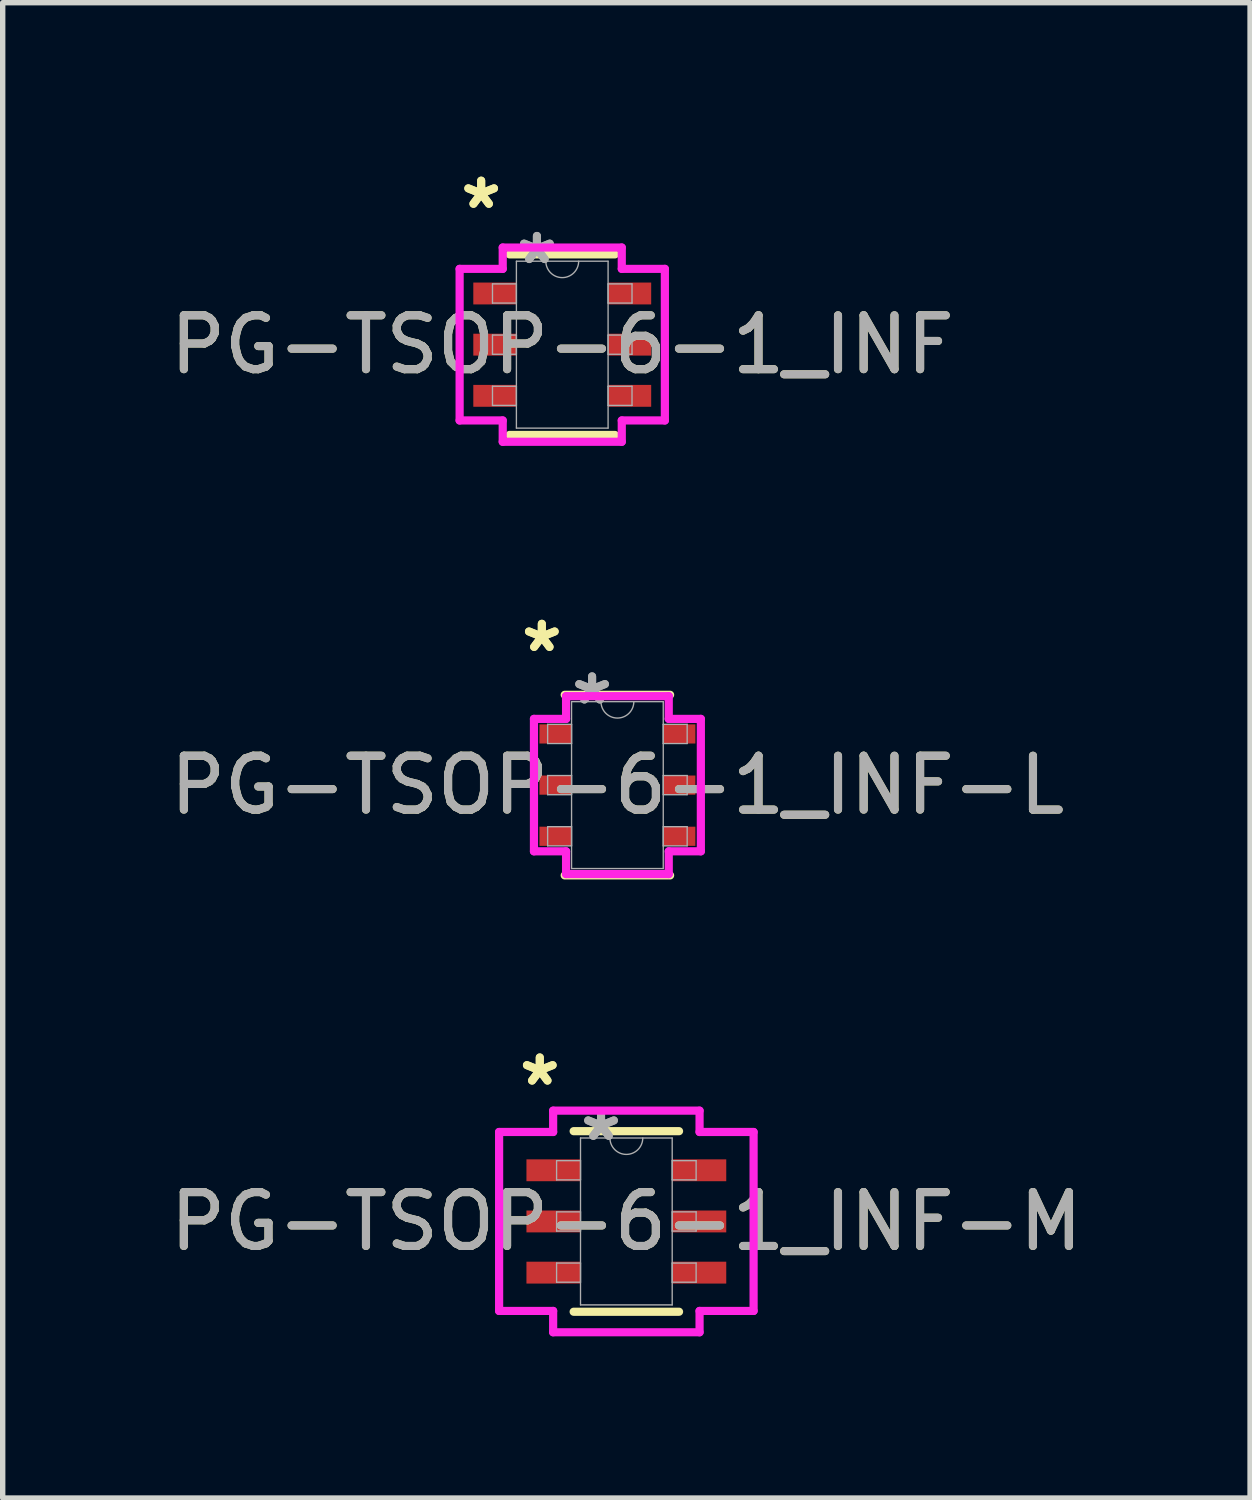
<source format=kicad_pcb>
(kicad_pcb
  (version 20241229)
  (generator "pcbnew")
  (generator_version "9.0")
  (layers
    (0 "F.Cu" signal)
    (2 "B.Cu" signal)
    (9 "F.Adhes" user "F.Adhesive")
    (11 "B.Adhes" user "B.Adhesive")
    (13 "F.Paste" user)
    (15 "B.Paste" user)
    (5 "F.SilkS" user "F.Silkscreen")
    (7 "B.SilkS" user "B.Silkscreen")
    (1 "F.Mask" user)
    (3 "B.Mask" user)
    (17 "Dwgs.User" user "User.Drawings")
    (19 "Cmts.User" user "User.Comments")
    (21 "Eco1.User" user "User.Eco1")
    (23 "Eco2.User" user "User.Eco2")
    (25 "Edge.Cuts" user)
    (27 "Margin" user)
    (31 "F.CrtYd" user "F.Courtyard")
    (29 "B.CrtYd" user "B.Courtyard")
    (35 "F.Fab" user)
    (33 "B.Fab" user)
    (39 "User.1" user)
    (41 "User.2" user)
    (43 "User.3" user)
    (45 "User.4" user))
  (footprint "PG-TSOP-6-1_INF"
    (layer "F.Cu")
    (at 7.387 3.348)
    (property "Reference" "PG-TSOP-6-1_INF" (at 0 0 0) (unlocked yes) (layer "F.SilkS") (effects (font (size 1 1) (thickness 0.15))))
    (attr smd)
    (fp_line (start -0.978 1.676) (end 0.978 1.676) (stroke (width 0.152) (type solid)) (layer "F.SilkS"))
    (fp_line (start 0.978 -1.676) (end -0.978 -1.676) (stroke (width 0.152) (type solid)) (layer "F.SilkS"))
    (fp_line (start -1.905 -1.407) (end -1.105 -1.407) (stroke (width 0.152) (type solid)) (layer "F.CrtYd"))
    (fp_line (start -1.905 1.407) (end -1.905 -1.407) (stroke (width 0.152) (type solid)) (layer "F.CrtYd"))
    (fp_line (start -1.905 1.407) (end -1.105 1.407) (stroke (width 0.152) (type solid)) (layer "F.CrtYd"))
    (fp_line (start -1.105 -1.803) (end 1.105 -1.803) (stroke (width 0.152) (type solid)) (layer "F.CrtYd"))
    (fp_line (start -1.105 -1.407) (end -1.105 -1.803) (stroke (width 0.152) (type solid)) (layer "F.CrtYd"))
    (fp_line (start -1.105 1.803) (end -1.105 1.407) (stroke (width 0.152) (type solid)) (layer "F.CrtYd"))
    (fp_line (start 1.105 -1.803) (end 1.105 -1.407) (stroke (width 0.152) (type solid)) (layer "F.CrtYd"))
    (fp_line (start 1.105 1.407) (end 1.105 1.803) (stroke (width 0.152) (type solid)) (layer "F.CrtYd"))
    (fp_line (start 1.105 1.803) (end -1.105 1.803) (stroke (width 0.152) (type solid)) (layer "F.CrtYd"))
    (fp_line (start 1.905 -1.407) (end 1.105 -1.407) (stroke (width 0.152) (type solid)) (layer "F.CrtYd"))
    (fp_line (start 1.905 -1.407) (end 1.905 1.407) (stroke (width 0.152) (type solid)) (layer "F.CrtYd"))
    (fp_line (start 1.905 1.407) (end 1.105 1.407) (stroke (width 0.152) (type solid)) (layer "F.CrtYd"))
    (fp_line (start -1.295 -1.128) (end -1.295 -0.772) (stroke (width 0.025) (type solid)) (layer "F.Fab"))
    (fp_line (start -1.295 -0.772) (end -0.851 -0.772) (stroke (width 0.025) (type solid)) (layer "F.Fab"))
    (fp_line (start -1.295 -0.178) (end -1.295 0.178) (stroke (width 0.025) (type solid)) (layer "F.Fab"))
    (fp_line (start -1.295 0.178) (end -0.851 0.178) (stroke (width 0.025) (type solid)) (layer "F.Fab"))
    (fp_line (start -1.295 0.772) (end -1.295 1.128) (stroke (width 0.025) (type solid)) (layer "F.Fab"))
    (fp_line (start -1.295 1.128) (end -0.851 1.128) (stroke (width 0.025) (type solid)) (layer "F.Fab"))
    (fp_line (start -0.851 -1.549) (end -0.851 1.549) (stroke (width 0.025) (type solid)) (layer "F.Fab"))
    (fp_line (start -0.851 -1.128) (end -1.295 -1.128) (stroke (width 0.025) (type solid)) (layer "F.Fab"))
    (fp_line (start -0.851 -0.772) (end -0.851 -1.128) (stroke (width 0.025) (type solid)) (layer "F.Fab"))
    (fp_line (start -0.851 -0.178) (end -1.295 -0.178) (stroke (width 0.025) (type solid)) (layer "F.Fab"))
    (fp_line (start -0.851 0.178) (end -0.851 -0.178) (stroke (width 0.025) (type solid)) (layer "F.Fab"))
    (fp_line (start -0.851 0.772) (end -1.295 0.772) (stroke (width 0.025) (type solid)) (layer "F.Fab"))
    (fp_line (start -0.851 1.128) (end -0.851 0.772) (stroke (width 0.025) (type solid)) (layer "F.Fab"))
    (fp_line (start -0.851 1.549) (end 0.851 1.549) (stroke (width 0.025) (type solid)) (layer "F.Fab"))
    (fp_line (start 0.851 -1.549) (end -0.851 -1.549) (stroke (width 0.025) (type solid)) (layer "F.Fab"))
    (fp_line (start 0.851 -1.128) (end 0.851 -0.772) (stroke (width 0.025) (type solid)) (layer "F.Fab"))
    (fp_line (start 0.851 -0.772) (end 1.295 -0.772) (stroke (width 0.025) (type solid)) (layer "F.Fab"))
    (fp_line (start 0.851 -0.178) (end 0.851 0.178) (stroke (width 0.025) (type solid)) (layer "F.Fab"))
    (fp_line (start 0.851 0.178) (end 1.295 0.178) (stroke (width 0.025) (type solid)) (layer "F.Fab"))
    (fp_line (start 0.851 0.772) (end 0.851 1.128) (stroke (width 0.025) (type solid)) (layer "F.Fab"))
    (fp_line (start 0.851 1.128) (end 1.295 1.128) (stroke (width 0.025) (type solid)) (layer "F.Fab"))
    (fp_line (start 0.851 1.549) (end 0.851 -1.549) (stroke (width 0.025) (type solid)) (layer "F.Fab"))
    (fp_line (start 1.295 -1.128) (end 0.851 -1.128) (stroke (width 0.025) (type solid)) (layer "F.Fab"))
    (fp_line (start 1.295 -0.772) (end 1.295 -1.128) (stroke (width 0.025) (type solid)) (layer "F.Fab"))
    (fp_line (start 1.295 -0.178) (end 0.851 -0.178) (stroke (width 0.025) (type solid)) (layer "F.Fab"))
    (fp_line (start 1.295 0.178) (end 1.295 -0.178) (stroke (width 0.025) (type solid)) (layer "F.Fab"))
    (fp_line (start 1.295 0.772) (end 0.851 0.772) (stroke (width 0.025) (type solid)) (layer "F.Fab"))
    (fp_line (start 1.295 1.128) (end 1.295 0.772) (stroke (width 0.025) (type solid)) (layer "F.Fab"))
    (fp_arc (start 0.3048 -1.5494) (mid 0 -1.2446) (end -0.3048 -1.5494) (stroke (width 0.0254) (type solid)) (layer "F.Fab"))
    (fp_text user "*" (at -1.505 -2.499 0) (unlocked yes) (layer "F.SilkS") (effects (font (size 1 1) (thickness 0.15))))
    (fp_text user "*" (at -1.505 -2.499 0) (layer "F.SilkS") (effects (font (size 1 1) (thickness 0.15))))
    (fp_text user "*" (at -0.47 -1.473 0) (layer "F.Fab") (effects (font (size 1 1) (thickness 0.15))))
    (fp_text user "*" (at -0.47 -1.473 0) (unlocked yes) (layer "F.Fab") (effects (font (size 1 1) (thickness 0.15))))
    (fp_text user "${REFERENCE}" (at 0 0 0) (unlocked yes) (layer "F.Fab") (effects (font (size 1 1) (thickness 0.15))))
    (pad "1" smd rect (at -1.251 -0.95) (size 0.8 0.406) (layers "F.Cu" "F.Mask" "F.Paste"))
    (pad "2" smd rect (at -1.251 0) (size 0.8 0.406) (layers "F.Cu" "F.Mask" "F.Paste"))
    (pad "3" smd rect (at -1.251 0.95) (size 0.8 0.406) (layers "F.Cu" "F.Mask" "F.Paste"))
    (pad "4" smd rect (at 1.251 0.95) (size 0.8 0.406) (layers "F.Cu" "F.Mask" "F.Paste"))
    (pad "5" smd rect (at 1.251 0) (size 0.8 0.406) (layers "F.Cu" "F.Mask" "F.Paste"))
    (pad "6" smd rect (at 1.251 -0.95) (size 0.8 0.406) (layers "F.Cu" "F.Mask" "F.Paste")))
  (footprint "PG-TSOP-6-1_INF-L"
    (layer "F.Cu")
    (at 8.411 11.524)
    (property "Reference" "PG-TSOP-6-1_INF-L" (at 0 0 0) (unlocked yes) (layer "F.SilkS") (effects (font (size 1 1) (thickness 0.15))))
    (attr smd)
    (fp_line (start -0.978 1.676) (end 0.978 1.676) (stroke (width 0.152) (type solid)) (layer "F.SilkS"))
    (fp_line (start 0.978 -1.676) (end -0.978 -1.676) (stroke (width 0.152) (type solid)) (layer "F.SilkS"))
    (fp_line (start -1.549 -1.229) (end -0.953 -1.229) (stroke (width 0.152) (type solid)) (layer "F.CrtYd"))
    (fp_line (start -1.549 1.229) (end -1.549 -1.229) (stroke (width 0.152) (type solid)) (layer "F.CrtYd"))
    (fp_line (start -1.549 1.229) (end -0.953 1.229) (stroke (width 0.152) (type solid)) (layer "F.CrtYd"))
    (fp_line (start -0.953 -1.651) (end 0.953 -1.651) (stroke (width 0.152) (type solid)) (layer "F.CrtYd"))
    (fp_line (start -0.953 -1.229) (end -0.953 -1.651) (stroke (width 0.152) (type solid)) (layer "F.CrtYd"))
    (fp_line (start -0.953 1.651) (end -0.953 1.229) (stroke (width 0.152) (type solid)) (layer "F.CrtYd"))
    (fp_line (start 0.953 -1.651) (end 0.953 -1.229) (stroke (width 0.152) (type solid)) (layer "F.CrtYd"))
    (fp_line (start 0.953 1.229) (end 0.953 1.651) (stroke (width 0.152) (type solid)) (layer "F.CrtYd"))
    (fp_line (start 0.953 1.651) (end -0.953 1.651) (stroke (width 0.152) (type solid)) (layer "F.CrtYd"))
    (fp_line (start 1.549 -1.229) (end 0.953 -1.229) (stroke (width 0.152) (type solid)) (layer "F.CrtYd"))
    (fp_line (start 1.549 -1.229) (end 1.549 1.229) (stroke (width 0.152) (type solid)) (layer "F.CrtYd"))
    (fp_line (start 1.549 1.229) (end 0.953 1.229) (stroke (width 0.152) (type solid)) (layer "F.CrtYd"))
    (fp_line (start -1.295 -1.128) (end -1.295 -0.772) (stroke (width 0.025) (type solid)) (layer "F.Fab"))
    (fp_line (start -1.295 -0.772) (end -0.851 -0.772) (stroke (width 0.025) (type solid)) (layer "F.Fab"))
    (fp_line (start -1.295 -0.178) (end -1.295 0.178) (stroke (width 0.025) (type solid)) (layer "F.Fab"))
    (fp_line (start -1.295 0.178) (end -0.851 0.178) (stroke (width 0.025) (type solid)) (layer "F.Fab"))
    (fp_line (start -1.295 0.772) (end -1.295 1.128) (stroke (width 0.025) (type solid)) (layer "F.Fab"))
    (fp_line (start -1.295 1.128) (end -0.851 1.128) (stroke (width 0.025) (type solid)) (layer "F.Fab"))
    (fp_line (start -0.851 -1.549) (end -0.851 1.549) (stroke (width 0.025) (type solid)) (layer "F.Fab"))
    (fp_line (start -0.851 -1.128) (end -1.295 -1.128) (stroke (width 0.025) (type solid)) (layer "F.Fab"))
    (fp_line (start -0.851 -0.772) (end -0.851 -1.128) (stroke (width 0.025) (type solid)) (layer "F.Fab"))
    (fp_line (start -0.851 -0.178) (end -1.295 -0.178) (stroke (width 0.025) (type solid)) (layer "F.Fab"))
    (fp_line (start -0.851 0.178) (end -0.851 -0.178) (stroke (width 0.025) (type solid)) (layer "F.Fab"))
    (fp_line (start -0.851 0.772) (end -1.295 0.772) (stroke (width 0.025) (type solid)) (layer "F.Fab"))
    (fp_line (start -0.851 1.128) (end -0.851 0.772) (stroke (width 0.025) (type solid)) (layer "F.Fab"))
    (fp_line (start -0.851 1.549) (end 0.851 1.549) (stroke (width 0.025) (type solid)) (layer "F.Fab"))
    (fp_line (start 0.851 -1.549) (end -0.851 -1.549) (stroke (width 0.025) (type solid)) (layer "F.Fab"))
    (fp_line (start 0.851 -1.128) (end 0.851 -0.772) (stroke (width 0.025) (type solid)) (layer "F.Fab"))
    (fp_line (start 0.851 -0.772) (end 1.295 -0.772) (stroke (width 0.025) (type solid)) (layer "F.Fab"))
    (fp_line (start 0.851 -0.178) (end 0.851 0.178) (stroke (width 0.025) (type solid)) (layer "F.Fab"))
    (fp_line (start 0.851 0.178) (end 1.295 0.178) (stroke (width 0.025) (type solid)) (layer "F.Fab"))
    (fp_line (start 0.851 0.772) (end 0.851 1.128) (stroke (width 0.025) (type solid)) (layer "F.Fab"))
    (fp_line (start 0.851 1.128) (end 1.295 1.128) (stroke (width 0.025) (type solid)) (layer "F.Fab"))
    (fp_line (start 0.851 1.549) (end 0.851 -1.549) (stroke (width 0.025) (type solid)) (layer "F.Fab"))
    (fp_line (start 1.295 -1.128) (end 0.851 -1.128) (stroke (width 0.025) (type solid)) (layer "F.Fab"))
    (fp_line (start 1.295 -0.772) (end 1.295 -1.128) (stroke (width 0.025) (type solid)) (layer "F.Fab"))
    (fp_line (start 1.295 -0.178) (end 0.851 -0.178) (stroke (width 0.025) (type solid)) (layer "F.Fab"))
    (fp_line (start 1.295 0.178) (end 1.295 -0.178) (stroke (width 0.025) (type solid)) (layer "F.Fab"))
    (fp_line (start 1.295 0.772) (end 0.851 0.772) (stroke (width 0.025) (type solid)) (layer "F.Fab"))
    (fp_line (start 1.295 1.128) (end 1.295 0.772) (stroke (width 0.025) (type solid)) (layer "F.Fab"))
    (fp_arc (start 0.3048 -1.5494) (mid 0 -1.2446) (end -0.3048 -1.5494) (stroke (width 0.0254) (type solid)) (layer "F.Fab"))
    (fp_text user "*" (at -1.403 -2.449 0) (layer "F.SilkS") (effects (font (size 1 1) (thickness 0.15))))
    (fp_text user "*" (at -1.403 -2.449 0) (unlocked yes) (layer "F.SilkS") (effects (font (size 1 1) (thickness 0.15))))
    (fp_text user "*" (at -0.47 -1.473 0) (layer "F.Fab") (effects (font (size 1 1) (thickness 0.15))))
    (fp_text user "${REFERENCE}" (at 0 0 0) (unlocked yes) (layer "F.Fab") (effects (font (size 1 1) (thickness 0.15))))
    (fp_text user "*" (at -0.47 -1.473 0) (unlocked yes) (layer "F.Fab") (effects (font (size 1 1) (thickness 0.15))))
    (pad "1" smd rect (at -1.149 -0.95) (size 0.597 0.356) (layers "F.Cu" "F.Mask" "F.Paste"))
    (pad "2" smd rect (at -1.149 0) (size 0.597 0.356) (layers "F.Cu" "F.Mask" "F.Paste"))
    (pad "3" smd rect (at -1.149 0.95) (size 0.597 0.356) (layers "F.Cu" "F.Mask" "F.Paste"))
    (pad "4" smd rect (at 1.149 0.95) (size 0.597 0.356) (layers "F.Cu" "F.Mask" "F.Paste"))
    (pad "5" smd rect (at 1.149 0) (size 0.597 0.356) (layers "F.Cu" "F.Mask" "F.Paste"))
    (pad "6" smd rect (at 1.149 -0.95) (size 0.597 0.356) (layers "F.Cu" "F.Mask" "F.Paste")))
  (footprint "PG-TSOP-6-1_INF-M"
    (layer "F.Cu")
    (at 8.577 19.624)
    (property "Reference" "PG-TSOP-6-1_INF-M" (at 0 0 0) (unlocked yes) (layer "F.SilkS") (effects (font (size 1 1) (thickness 0.15))))
    (attr smd)
    (fp_line (start -0.978 1.676) (end 0.978 1.676) (stroke (width 0.152) (type solid)) (layer "F.SilkS"))
    (fp_line (start 0.978 -1.676) (end -0.978 -1.676) (stroke (width 0.152) (type solid)) (layer "F.SilkS"))
    (fp_line (start -2.362 -1.661) (end -1.359 -1.661) (stroke (width 0.152) (type solid)) (layer "F.CrtYd"))
    (fp_line (start -2.362 1.661) (end -2.362 -1.661) (stroke (width 0.152) (type solid)) (layer "F.CrtYd"))
    (fp_line (start -2.362 1.661) (end -1.359 1.661) (stroke (width 0.152) (type solid)) (layer "F.CrtYd"))
    (fp_line (start -1.359 -2.057) (end 1.359 -2.057) (stroke (width 0.152) (type solid)) (layer "F.CrtYd"))
    (fp_line (start -1.359 -1.661) (end -1.359 -2.057) (stroke (width 0.152) (type solid)) (layer "F.CrtYd"))
    (fp_line (start -1.359 2.057) (end -1.359 1.661) (stroke (width 0.152) (type solid)) (layer "F.CrtYd"))
    (fp_line (start 1.359 -2.057) (end 1.359 -1.661) (stroke (width 0.152) (type solid)) (layer "F.CrtYd"))
    (fp_line (start 1.359 1.661) (end 1.359 2.057) (stroke (width 0.152) (type solid)) (layer "F.CrtYd"))
    (fp_line (start 1.359 2.057) (end -1.359 2.057) (stroke (width 0.152) (type solid)) (layer "F.CrtYd"))
    (fp_line (start 2.362 -1.661) (end 1.359 -1.661) (stroke (width 0.152) (type solid)) (layer "F.CrtYd"))
    (fp_line (start 2.362 -1.661) (end 2.362 1.661) (stroke (width 0.152) (type solid)) (layer "F.CrtYd"))
    (fp_line (start 2.362 1.661) (end 1.359 1.661) (stroke (width 0.152) (type solid)) (layer "F.CrtYd"))
    (fp_line (start -1.295 -1.128) (end -1.295 -0.772) (stroke (width 0.025) (type solid)) (layer "F.Fab"))
    (fp_line (start -1.295 -0.772) (end -0.851 -0.772) (stroke (width 0.025) (type solid)) (layer "F.Fab"))
    (fp_line (start -1.295 -0.178) (end -1.295 0.178) (stroke (width 0.025) (type solid)) (layer "F.Fab"))
    (fp_line (start -1.295 0.178) (end -0.851 0.178) (stroke (width 0.025) (type solid)) (layer "F.Fab"))
    (fp_line (start -1.295 0.772) (end -1.295 1.128) (stroke (width 0.025) (type solid)) (layer "F.Fab"))
    (fp_line (start -1.295 1.128) (end -0.851 1.128) (stroke (width 0.025) (type solid)) (layer "F.Fab"))
    (fp_line (start -0.851 -1.549) (end -0.851 1.549) (stroke (width 0.025) (type solid)) (layer "F.Fab"))
    (fp_line (start -0.851 -1.128) (end -1.295 -1.128) (stroke (width 0.025) (type solid)) (layer "F.Fab"))
    (fp_line (start -0.851 -0.772) (end -0.851 -1.128) (stroke (width 0.025) (type solid)) (layer "F.Fab"))
    (fp_line (start -0.851 -0.178) (end -1.295 -0.178) (stroke (width 0.025) (type solid)) (layer "F.Fab"))
    (fp_line (start -0.851 0.178) (end -0.851 -0.178) (stroke (width 0.025) (type solid)) (layer "F.Fab"))
    (fp_line (start -0.851 0.772) (end -1.295 0.772) (stroke (width 0.025) (type solid)) (layer "F.Fab"))
    (fp_line (start -0.851 1.128) (end -0.851 0.772) (stroke (width 0.025) (type solid)) (layer "F.Fab"))
    (fp_line (start -0.851 1.549) (end 0.851 1.549) (stroke (width 0.025) (type solid)) (layer "F.Fab"))
    (fp_line (start 0.851 -1.549) (end -0.851 -1.549) (stroke (width 0.025) (type solid)) (layer "F.Fab"))
    (fp_line (start 0.851 -1.128) (end 0.851 -0.772) (stroke (width 0.025) (type solid)) (layer "F.Fab"))
    (fp_line (start 0.851 -0.772) (end 1.295 -0.772) (stroke (width 0.025) (type solid)) (layer "F.Fab"))
    (fp_line (start 0.851 -0.178) (end 0.851 0.178) (stroke (width 0.025) (type solid)) (layer "F.Fab"))
    (fp_line (start 0.851 0.178) (end 1.295 0.178) (stroke (width 0.025) (type solid)) (layer "F.Fab"))
    (fp_line (start 0.851 0.772) (end 0.851 1.128) (stroke (width 0.025) (type solid)) (layer "F.Fab"))
    (fp_line (start 0.851 1.128) (end 1.295 1.128) (stroke (width 0.025) (type solid)) (layer "F.Fab"))
    (fp_line (start 0.851 1.549) (end 0.851 -1.549) (stroke (width 0.025) (type solid)) (layer "F.Fab"))
    (fp_line (start 1.295 -1.128) (end 0.851 -1.128) (stroke (width 0.025) (type solid)) (layer "F.Fab"))
    (fp_line (start 1.295 -0.772) (end 1.295 -1.128) (stroke (width 0.025) (type solid)) (layer "F.Fab"))
    (fp_line (start 1.295 -0.178) (end 0.851 -0.178) (stroke (width 0.025) (type solid)) (layer "F.Fab"))
    (fp_line (start 1.295 0.178) (end 1.295 -0.178) (stroke (width 0.025) (type solid)) (layer "F.Fab"))
    (fp_line (start 1.295 0.772) (end 0.851 0.772) (stroke (width 0.025) (type solid)) (layer "F.Fab"))
    (fp_line (start 1.295 1.128) (end 1.295 0.772) (stroke (width 0.025) (type solid)) (layer "F.Fab"))
    (fp_arc (start 0.3048 -1.5494) (mid 0 -1.2446) (end -0.3048 -1.5494) (stroke (width 0.0254) (type solid)) (layer "F.Fab"))
    (fp_text user "*" (at -1.607 -2.499 0) (layer "F.SilkS") (effects (font (size 1 1) (thickness 0.15))))
    (fp_text user "*" (at -1.607 -2.499 0) (unlocked yes) (layer "F.SilkS") (effects (font (size 1 1) (thickness 0.15))))
    (fp_text user "${REFERENCE}" (at 0 0 0) (unlocked yes) (layer "F.Fab") (effects (font (size 1 1) (thickness 0.15))))
    (fp_text user "*" (at -0.47 -1.473 0) (layer "F.Fab") (effects (font (size 1 1) (thickness 0.15))))
    (fp_text user "*" (at -0.47 -1.473 0) (unlocked yes) (layer "F.Fab") (effects (font (size 1 1) (thickness 0.15))))
    (pad "1" smd rect (at -1.353 -0.95) (size 1.003 0.406) (layers "F.Cu" "F.Mask" "F.Paste"))
    (pad "2" smd rect (at -1.353 0) (size 1.003 0.406) (layers "F.Cu" "F.Mask" "F.Paste"))
    (pad "3" smd rect (at -1.353 0.95) (size 1.003 0.406) (layers "F.Cu" "F.Mask" "F.Paste"))
    (pad "4" smd rect (at 1.353 0.95) (size 1.003 0.406) (layers "F.Cu" "F.Mask" "F.Paste"))
    (pad "5" smd rect (at 1.353 0) (size 1.003 0.406) (layers "F.Cu" "F.Mask" "F.Paste"))
    (pad "6" smd rect (at 1.353 -0.95) (size 1.003 0.406) (layers "F.Cu" "F.Mask" "F.Paste")))
  (gr_rect
    (start -3 -3)
    (end 20.155 24.758)
    (stroke (width 0.1) (type default))
    (fill no)
    (layer "Edge.Cuts")))
</source>
